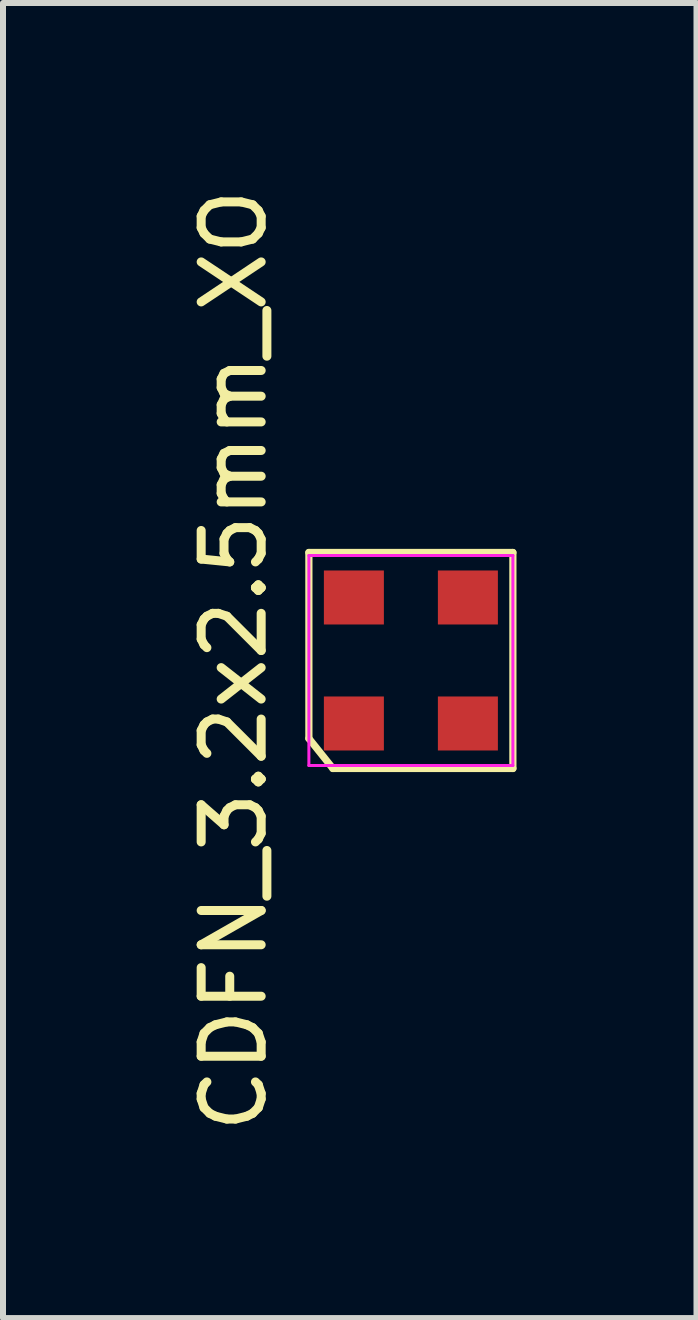
<source format=kicad_pcb>
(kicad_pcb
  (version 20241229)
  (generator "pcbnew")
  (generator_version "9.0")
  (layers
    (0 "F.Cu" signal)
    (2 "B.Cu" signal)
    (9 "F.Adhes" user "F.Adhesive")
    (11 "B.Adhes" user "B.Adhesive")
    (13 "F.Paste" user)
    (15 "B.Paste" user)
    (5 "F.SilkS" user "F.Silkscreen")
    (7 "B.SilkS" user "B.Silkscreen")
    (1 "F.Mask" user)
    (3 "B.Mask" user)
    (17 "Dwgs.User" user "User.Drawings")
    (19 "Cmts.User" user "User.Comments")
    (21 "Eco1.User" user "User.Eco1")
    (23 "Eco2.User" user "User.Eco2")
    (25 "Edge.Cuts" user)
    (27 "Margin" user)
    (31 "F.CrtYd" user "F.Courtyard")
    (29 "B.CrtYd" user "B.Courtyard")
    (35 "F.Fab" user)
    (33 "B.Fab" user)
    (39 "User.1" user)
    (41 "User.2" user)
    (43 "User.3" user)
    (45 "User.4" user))
  (footprint "CDFN_3.2x2.5mm_XO"
    (layer "F.Cu")
    (at 3.798 7.958)
    (property "Reference" "CDFN_3.2x2.5mm_XO" (at -2.95 0 90) (layer "F.SilkS") (effects (font (size 1 1) (thickness 0.15))))
    (attr smd)
    (fp_line (start -1.7 -1.8) (end 1.7 -1.8) (stroke (width 0.12) (type solid)) (layer "F.SilkS"))
    (fp_line (start -1.7 1.3) (end -1.7 -1.8) (stroke (width 0.12) (type solid)) (layer "F.SilkS"))
    (fp_line (start -1.3 1.8) (end -1.7 1.3) (stroke (width 0.12) (type solid)) (layer "F.SilkS"))
    (fp_line (start 1.7 -1.8) (end 1.7 1.8) (stroke (width 0.12) (type solid)) (layer "F.SilkS"))
    (fp_line (start 1.7 1.8) (end -1.3 1.8) (stroke (width 0.12) (type solid)) (layer "F.SilkS"))
    (fp_line (start -1.7 -1.75) (end 1.7 -1.75) (stroke (width 0.05) (type solid)) (layer "F.CrtYd"))
    (fp_line (start -1.7 1.75) (end -1.7 -1.75) (stroke (width 0.05) (type solid)) (layer "F.CrtYd"))
    (fp_line (start 1.7 -1.75) (end 1.7 1.75) (stroke (width 0.05) (type solid)) (layer "F.CrtYd"))
    (fp_line (start 1.7 1.75) (end -1.7 1.75) (stroke (width 0.05) (type solid)) (layer "F.CrtYd"))
    (pad "1" smd rect (at -0.95 1.05) (size 1 0.9) (layers "F.Cu" "F.Mask" "F.Paste"))
    (pad "2" smd rect (at 0.95 1.05) (size 1 0.9) (layers "F.Cu" "F.Mask" "F.Paste"))
    (pad "3" smd rect (at 0.95 -1.05) (size 1 0.9) (layers "F.Cu" "F.Mask" "F.Paste"))
    (pad "4" smd rect (at -0.95 -1.05) (size 1 0.9) (layers "F.Cu" "F.Mask" "F.Paste")))
  (gr_rect
    (start -3 -3)
    (end 8.558 18.917)
    (stroke (width 0.1) (type default))
    (fill no)
    (layer "Edge.Cuts")))
</source>
